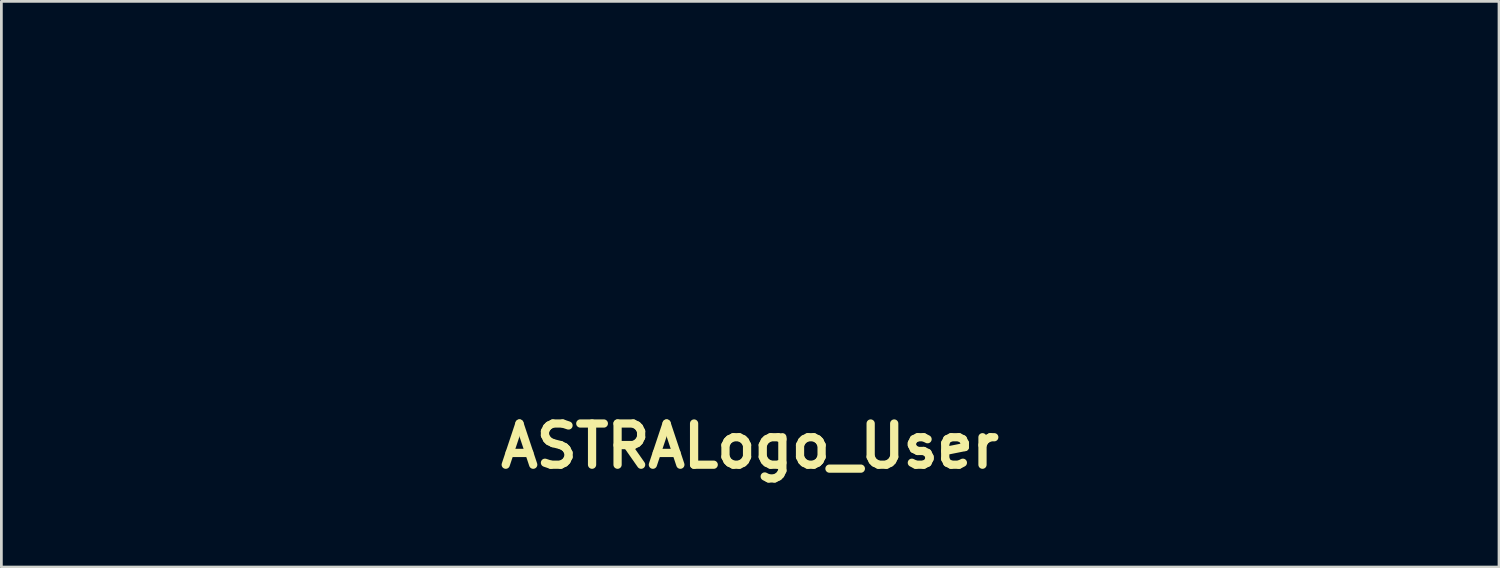
<source format=kicad_pcb>
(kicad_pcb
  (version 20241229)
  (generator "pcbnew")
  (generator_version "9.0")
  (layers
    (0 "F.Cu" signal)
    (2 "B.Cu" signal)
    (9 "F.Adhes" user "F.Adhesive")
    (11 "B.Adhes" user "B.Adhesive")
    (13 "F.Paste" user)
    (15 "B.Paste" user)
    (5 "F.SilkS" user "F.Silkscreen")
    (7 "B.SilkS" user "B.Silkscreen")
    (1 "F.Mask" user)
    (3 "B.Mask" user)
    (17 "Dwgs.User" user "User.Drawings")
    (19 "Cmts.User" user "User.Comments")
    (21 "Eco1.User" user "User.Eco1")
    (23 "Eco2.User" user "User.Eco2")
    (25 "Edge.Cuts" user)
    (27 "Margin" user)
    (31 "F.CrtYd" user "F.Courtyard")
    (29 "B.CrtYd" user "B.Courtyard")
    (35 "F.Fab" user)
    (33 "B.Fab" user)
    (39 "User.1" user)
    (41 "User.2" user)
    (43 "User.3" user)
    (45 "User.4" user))
  (footprint "ASTRALogo_User"
    (layer "F.Cu")
    (at 24.255 5.57)
    (property "Reference" "ASTRALogo_User" (at 0 7.62 0) (layer "F.SilkS") (effects (font (size 1.5 1.5) (thickness 0.3))))
    (attr board_only exclude_from_pos_files exclude_from_bom)
    (fp_poly (pts (xy 9.487 -3.22) (xy 9.487 -2.64) (xy 8.287 -2.64) (xy 7.086 -2.64) (xy 7.081 0.575) (xy 7.076 3.79) (xy 6.41 3.795) (xy 5.745 3.801) (xy 5.745 0.58) (xy 5.745 -2.64) (xy 4.544 -2.64) (xy 3.343 -2.64) (xy 3.343 -3.22) (xy 3.343 -3.8) (xy 6.415 -3.8) (xy 9.487 -3.8)) (stroke (width 0.1) (type solid)) (fill no) (layer "Eco1.User"))
    (fp_poly (pts (xy -13.161 0.839) (xy -13.154 0.862) (xy -13.157 0.908) (xy -13.169 0.98) (xy -13.19 1.086) (xy -13.199 1.131) (xy -13.306 1.57) (xy -13.45 1.997) (xy -13.629 2.41) (xy -13.841 2.808) (xy -14.085 3.187) (xy -14.358 3.547) (xy -14.659 3.884) (xy -14.986 4.196) (xy -15.337 4.482) (xy -15.709 4.738) (xy -16.102 4.964) (xy -16.514 5.157) (xy -16.783 5.261) (xy -16.915 5.305) (xy -17.06 5.35) (xy -17.211 5.393) (xy -17.36 5.432) (xy -17.501 5.467) (xy -17.626 5.494) (xy -17.729 5.512) (xy -17.801 5.52) (xy -17.807 5.52) (xy -17.851 5.52) (xy -17.81 5.375) (xy -17.687 4.992) (xy -17.532 4.604) (xy -17.352 4.219) (xy -17.151 3.849) (xy -16.935 3.504) (xy -16.862 3.4) (xy -16.542 2.986) (xy -16.197 2.602) (xy -15.826 2.249) (xy -15.432 1.928) (xy -15.014 1.639) (xy -14.574 1.382) (xy -14.113 1.16) (xy -13.631 0.971) (xy -13.255 0.852) (xy -13.211 0.839) (xy -13.18 0.833)) (stroke (width 0.1) (type solid)) (fill no) (layer "Eco1.User"))
    (fp_poly (pts (xy -24.176 0.826) (xy -24.12 0.842) (xy -24.043 0.865) (xy -23.953 0.893) (xy -23.859 0.923) (xy -23.769 0.952) (xy -23.691 0.979) (xy -23.669 0.986) (xy -23.208 1.169) (xy -22.761 1.388) (xy -22.332 1.641) (xy -21.922 1.926) (xy -21.534 2.241) (xy -21.17 2.585) (xy -20.833 2.954) (xy -20.525 3.348) (xy -20.247 3.763) (xy -20.123 3.975) (xy -19.894 4.425) (xy -19.696 4.898) (xy -19.563 5.288) (xy -19.536 5.375) (xy -19.514 5.446) (xy -19.5 5.495) (xy -19.495 5.513) (xy -19.515 5.518) (xy -19.571 5.515) (xy -19.664 5.502) (xy -19.743 5.488) (xy -20.179 5.389) (xy -20.604 5.253) (xy -21.016 5.082) (xy -21.413 4.878) (xy -21.793 4.643) (xy -22.153 4.378) (xy -22.492 4.086) (xy -22.808 3.768) (xy -23.097 3.427) (xy -23.359 3.064) (xy -23.592 2.681) (xy -23.792 2.281) (xy -23.958 1.865) (xy -24.077 1.478) (xy -24.103 1.376) (xy -24.128 1.265) (xy -24.152 1.154) (xy -24.173 1.049) (xy -24.189 0.956) (xy -24.2 0.883) (xy -24.205 0.835) (xy -24.202 0.82)) (stroke (width 0.1) (type solid)) (fill no) (layer "Eco1.User"))
    (fp_poly (pts (xy -17.807 -5.52) (xy -17.759 -5.515) (xy -17.68 -5.501) (xy -17.579 -5.481) (xy -17.464 -5.456) (xy -17.342 -5.428) (xy -17.223 -5.398) (xy -17.115 -5.369) (xy -17.083 -5.36) (xy -16.646 -5.212) (xy -16.225 -5.029) (xy -15.823 -4.812) (xy -15.441 -4.564) (xy -15.082 -4.285) (xy -14.746 -3.979) (xy -14.435 -3.646) (xy -14.153 -3.288) (xy -13.899 -2.907) (xy -13.676 -2.506) (xy -13.487 -2.085) (xy -13.332 -1.646) (xy -13.323 -1.619) (xy -13.295 -1.519) (xy -13.264 -1.404) (xy -13.234 -1.282) (xy -13.206 -1.162) (xy -13.182 -1.051) (xy -13.164 -0.957) (xy -13.153 -0.888) (xy -13.15 -0.86) (xy -13.153 -0.832) (xy -13.169 -0.824) (xy -13.209 -0.832) (xy -13.22 -0.834) (xy -13.292 -0.854) (xy -13.392 -0.885) (xy -13.51 -0.924) (xy -13.637 -0.968) (xy -13.764 -1.013) (xy -13.881 -1.056) (xy -13.943 -1.081) (xy -14.395 -1.281) (xy -14.829 -1.517) (xy -15.246 -1.785) (xy -15.641 -2.085) (xy -16.013 -2.413) (xy -16.36 -2.767) (xy -16.679 -3.146) (xy -16.968 -3.547) (xy -17.226 -3.968) (xy -17.449 -4.407) (xy -17.493 -4.506) (xy -17.579 -4.712) (xy -17.662 -4.929) (xy -17.737 -5.141) (xy -17.799 -5.335) (xy -17.81 -5.375) (xy -17.851 -5.52)) (stroke (width 0.1) (type solid)) (fill no) (layer "Eco1.User"))
    (fp_poly (pts (xy -19.507 -5.516) (xy -19.499 -5.503) (xy -19.503 -5.487) (xy -19.514 -5.451) (xy -19.533 -5.389) (xy -19.557 -5.312) (xy -19.564 -5.29) (xy -19.73 -4.809) (xy -19.932 -4.345) (xy -20.168 -3.901) (xy -20.436 -3.478) (xy -20.583 -3.273) (xy -20.913 -2.867) (xy -21.268 -2.491) (xy -21.647 -2.147) (xy -22.051 -1.834) (xy -22.477 -1.554) (xy -22.925 -1.307) (xy -23.383 -1.099) (xy -23.46 -1.069) (xy -23.556 -1.033) (xy -23.665 -0.993) (xy -23.779 -0.953) (xy -23.891 -0.914) (xy -23.996 -0.879) (xy -24.085 -0.85) (xy -24.152 -0.83) (xy -24.19 -0.82) (xy -24.194 -0.82) (xy -24.197 -0.838) (xy -24.196 -0.885) (xy -24.191 -0.939) (xy -24.176 -1.036) (xy -24.15 -1.161) (xy -24.117 -1.305) (xy -24.078 -1.457) (xy -24.035 -1.609) (xy -23.992 -1.75) (xy -23.986 -1.77) (xy -23.826 -2.193) (xy -23.63 -2.601) (xy -23.401 -2.992) (xy -23.14 -3.364) (xy -22.85 -3.715) (xy -22.533 -4.042) (xy -22.191 -4.343) (xy -21.826 -4.616) (xy -21.44 -4.859) (xy -21.037 -5.069) (xy -20.617 -5.244) (xy -20.61 -5.246) (xy -20.493 -5.286) (xy -20.353 -5.329) (xy -20.2 -5.373) (xy -20.044 -5.414) (xy -19.893 -5.452) (xy -19.756 -5.482) (xy -19.644 -5.504) (xy -19.598 -5.511) (xy -19.537 -5.517)) (stroke (width 0.1) (type solid)) (fill no) (layer "Eco1.User"))
    (fp_poly (pts (xy -18.663 -4.121) (xy -18.638 -4.074) (xy -18.601 -4.002) (xy -18.556 -3.911) (xy -18.515 -3.825) (xy -18.257 -3.332) (xy -17.969 -2.865) (xy -17.649 -2.42) (xy -17.296 -1.997) (xy -16.994 -1.679) (xy -16.685 -1.384) (xy -16.374 -1.119) (xy -16.048 -0.872) (xy -15.812 -0.71) (xy -15.657 -0.609) (xy -15.52 -0.522) (xy -15.392 -0.445) (xy -15.262 -0.372) (xy -15.12 -0.296) (xy -14.958 -0.214) (xy -14.849 -0.159) (xy -14.528 -0.000236) (xy -14.755 0.107) (xy -15.023 0.241) (xy -15.306 0.397) (xy -15.591 0.568) (xy -15.869 0.748) (xy -16.129 0.929) (xy -16.333 1.085) (xy -16.759 1.449) (xy -17.153 1.839) (xy -17.517 2.254) (xy -17.85 2.694) (xy -18.153 3.161) (xy -18.426 3.654) (xy -18.481 3.764) (xy -18.536 3.876) (xy -18.586 3.974) (xy -18.627 4.054) (xy -18.657 4.11) (xy -18.673 4.137) (xy -18.675 4.138) (xy -18.686 4.121) (xy -18.712 4.074) (xy -18.748 4.004) (xy -18.791 3.915) (xy -18.815 3.866) (xy -19.075 3.365) (xy -19.368 2.888) (xy -19.691 2.436) (xy -20.044 2.009) (xy -20.426 1.61) (xy -20.835 1.239) (xy -21.271 0.896) (xy -21.733 0.584) (xy -22.219 0.303) (xy -22.563 0.13) (xy -22.654 0.086) (xy -22.731 0.047) (xy -22.787 0.018) (xy -22.815 0.000396) (xy -22.817 -0.002) (xy -22.801 -0.015) (xy -22.755 -0.04) (xy -22.69 -0.071) (xy -22.653 -0.088) (xy -22.516 -0.153) (xy -22.355 -0.235) (xy -22.181 -0.329) (xy -22.002 -0.43) (xy -21.83 -0.531) (xy -21.688 -0.618) (xy -21.363 -0.836) (xy -21.059 -1.062) (xy -20.767 -1.304) (xy -20.478 -1.571) (xy -20.276 -1.772) (xy -19.926 -2.154) (xy -19.609 -2.551) (xy -19.319 -2.968) (xy -19.055 -3.411) (xy -18.849 -3.804) (xy -18.797 -3.91) (xy -18.75 -4.001) (xy -18.713 -4.074) (xy -18.686 -4.121) (xy -18.675 -4.139) (xy -18.675 -4.139)) (stroke (width 0.1) (type solid)) (fill no) (layer "Eco1.User"))
    (fp_poly (pts (xy 21.33 -3.725) (xy 21.344 -3.69) (xy 21.371 -3.621) (xy 21.411 -3.52) (xy 21.462 -3.389) (xy 21.523 -3.23) (xy 21.595 -3.046) (xy 21.675 -2.838) (xy 21.764 -2.608) (xy 21.86 -2.36) (xy 21.962 -2.094) (xy 22.07 -1.814) (xy 22.183 -1.521) (xy 22.3 -1.217) (xy 22.42 -0.905) (xy 22.543 -0.587) (xy 22.667 -0.264) (xy 22.792 0.06) (xy 22.917 0.384) (xy 23.041 0.706) (xy 23.163 1.023) (xy 23.282 1.333) (xy 23.398 1.635) (xy 23.51 1.926) (xy 23.616 2.203) (xy 23.717 2.465) (xy 23.811 2.71) (xy 23.897 2.935) (xy 23.975 3.138) (xy 24.043 3.317) (xy 24.102 3.471) (xy 24.15 3.596) (xy 24.186 3.69) (xy 24.209 3.752) (xy 24.219 3.779) (xy 24.219 3.78) (xy 24.2 3.786) (xy 24.146 3.79) (xy 24.064 3.794) (xy 23.958 3.797) (xy 23.833 3.799) (xy 23.697 3.8) (xy 23.553 3.801) (xy 23.408 3.8) (xy 23.267 3.799) (xy 23.135 3.797) (xy 23.018 3.795) (xy 22.922 3.791) (xy 22.852 3.787) (xy 22.813 3.782) (xy 22.808 3.779) (xy 22.799 3.758) (xy 22.779 3.703) (xy 22.748 3.619) (xy 22.709 3.511) (xy 22.662 3.382) (xy 22.61 3.236) (xy 22.554 3.079) (xy 22.495 2.915) (xy 22.435 2.747) (xy 22.376 2.58) (xy 22.318 2.418) (xy 22.264 2.266) (xy 22.215 2.127) (xy 22.173 2.006) (xy 22.138 1.908) (xy 22.113 1.836) (xy 22.1 1.796) (xy 22.097 1.788) (xy 22.078 1.787) (xy 22.021 1.785) (xy 21.931 1.784) (xy 21.81 1.783) (xy 21.661 1.782) (xy 21.488 1.782) (xy 21.293 1.781) (xy 21.079 1.78) (xy 20.85 1.78) (xy 20.609 1.78) (xy 20.581 1.78) (xy 19.064 1.78) (xy 18.706 2.79) (xy 18.348 3.8) (xy 17.671 3.8) (xy 17.48 3.8) (xy 17.326 3.799) (xy 17.206 3.797) (xy 17.116 3.794) (xy 17.053 3.79) (xy 17.014 3.785) (xy 16.996 3.779) (xy 16.994 3.775) (xy 17.001 3.754) (xy 17.022 3.698) (xy 17.055 3.607) (xy 17.102 3.485) (xy 17.159 3.333) (xy 17.228 3.152) (xy 17.307 2.944) (xy 17.396 2.712) (xy 17.494 2.456) (xy 17.6 2.179) (xy 17.713 1.882) (xy 17.833 1.568) (xy 17.96 1.237) (xy 18.092 0.893) (xy 18.145 0.755) (xy 19.437 0.755) (xy 19.444 0.76) (xy 19.469 0.765) (xy 19.513 0.769) (xy 19.58 0.772) (xy 19.671 0.775) (xy 19.79 0.777) (xy 19.939 0.778) (xy 20.12 0.779) (xy 20.336 0.78) (xy 20.588 0.78) (xy 20.841 0.78) (xy 21.056 0.779) (xy 21.237 0.778) (xy 21.384 0.777) (xy 21.502 0.775) (xy 21.593 0.772) (xy 21.659 0.769) (xy 21.702 0.765) (xy 21.726 0.761) (xy 21.733 0.755) (xy 21.733 0.755) (xy 21.677 0.59) (xy 21.614 0.408) (xy 21.546 0.21) (xy 21.473 -0.001) (xy 21.397 -0.22) (xy 21.318 -0.444) (xy 21.238 -0.672) (xy 21.158 -0.899) (xy 21.079 -1.122) (xy 21.002 -1.339) (xy 20.928 -1.546) (xy 20.859 -1.74) (xy 20.795 -1.918) (xy 20.737 -2.077) (xy 20.687 -2.213) (xy 20.646 -2.324) (xy 20.615 -2.407) (xy 20.595 -2.458) (xy 20.587 -2.474) (xy 20.578 -2.454) (xy 20.557 -2.401) (xy 20.525 -2.316) (xy 20.483 -2.204) (xy 20.433 -2.067) (xy 20.376 -1.909) (xy 20.312 -1.734) (xy 20.244 -1.544) (xy 20.172 -1.343) (xy 20.097 -1.135) (xy 20.021 -0.922) (xy 19.945 -0.708) (xy 19.87 -0.497) (xy 19.797 -0.291) (xy 19.728 -0.094) (xy 19.663 0.09) (xy 19.604 0.259) (xy 19.552 0.408) (xy 19.508 0.535) (xy 19.474 0.637) (xy 19.45 0.709) (xy 19.438 0.749) (xy 19.437 0.755) (xy 18.145 0.755) (xy 18.229 0.535) (xy 18.371 0.167) (xy 18.443 -0.02) (xy 19.891 -3.79) (xy 20.595 -3.795) (xy 21.299 -3.801)) (stroke (width 0.1) (type solid)) (fill no) (layer "Eco1.User"))
    (fp_poly (pts (xy -7.178 -3.8) (xy -6.475 -3.8) (xy -5.024 -0.037) (xy -4.88 0.335) (xy -4.741 0.698) (xy -4.605 1.049) (xy -4.475 1.387) (xy -4.351 1.71) (xy -4.233 2.016) (xy -4.123 2.303) (xy -4.021 2.57) (xy -3.927 2.815) (xy -3.842 3.036) (xy -3.768 3.231) (xy -3.704 3.398) (xy -3.651 3.536) (xy -3.611 3.643) (xy -3.583 3.717) (xy -3.568 3.757) (xy -3.566 3.763) (xy -3.566 3.773) (xy -3.571 3.781) (xy -3.586 3.787) (xy -3.614 3.792) (xy -3.66 3.795) (xy -3.726 3.797) (xy -3.817 3.797) (xy -3.937 3.797) (xy -4.09 3.797) (xy -4.267 3.795) (xy -4.973 3.79) (xy -5.279 2.93) (xy -5.343 2.748) (xy -5.406 2.572) (xy -5.464 2.407) (xy -5.517 2.259) (xy -5.563 2.131) (xy -5.599 2.028) (xy -5.625 1.956) (xy -5.636 1.925) (xy -5.689 1.78) (xy -7.197 1.78) (xy -7.494 1.78) (xy -7.763 1.781) (xy -8.001 1.782) (xy -8.208 1.784) (xy -8.381 1.786) (xy -8.52 1.789) (xy -8.623 1.792) (xy -8.689 1.795) (xy -8.716 1.799) (xy -8.716 1.799) (xy -8.725 1.82) (xy -8.745 1.875) (xy -8.775 1.958) (xy -8.814 2.067) (xy -8.86 2.195) (xy -8.912 2.34) (xy -8.969 2.497) (xy -9.027 2.662) (xy -9.087 2.83) (xy -9.147 2.997) (xy -9.204 3.159) (xy -9.259 3.312) (xy -9.308 3.451) (xy -9.351 3.572) (xy -9.385 3.671) (xy -9.411 3.743) (xy -9.425 3.785) (xy -9.427 3.794) (xy -9.447 3.795) (xy -9.501 3.797) (xy -9.587 3.798) (xy -9.699 3.799) (xy -9.832 3.799) (xy -9.983 3.8) (xy -10.108 3.8) (xy -10.306 3.799) (xy -10.473 3.798) (xy -10.606 3.795) (xy -10.704 3.791) (xy -10.765 3.787) (xy -10.788 3.781) (xy -10.788 3.78) (xy -10.781 3.761) (xy -10.761 3.706) (xy -10.728 3.618) (xy -10.683 3.499) (xy -10.626 3.352) (xy -10.56 3.178) (xy -10.484 2.979) (xy -10.4 2.759) (xy -10.308 2.518) (xy -10.209 2.259) (xy -10.104 1.984) (xy -9.994 1.696) (xy -9.879 1.397) (xy -9.761 1.088) (xy -9.64 0.772) (xy -9.637 0.765) (xy -8.347 0.765) (xy -8.327 0.768) (xy -8.271 0.77) (xy -8.182 0.773) (xy -8.064 0.775) (xy -7.92 0.777) (xy -7.753 0.778) (xy -7.568 0.779) (xy -7.367 0.78) (xy -7.196 0.78) (xy -6.985 0.78) (xy -6.787 0.779) (xy -6.605 0.778) (xy -6.442 0.776) (xy -6.303 0.775) (xy -6.19 0.773) (xy -6.107 0.77) (xy -6.058 0.768) (xy -6.045 0.766) (xy -6.051 0.741) (xy -6.07 0.682) (xy -6.1 0.593) (xy -6.139 0.477) (xy -6.187 0.337) (xy -6.243 0.176) (xy -6.305 -0.001) (xy -6.372 -0.193) (xy -6.443 -0.395) (xy -6.517 -0.604) (xy -6.592 -0.817) (xy -6.668 -1.031) (xy -6.743 -1.242) (xy -6.816 -1.447) (xy -6.886 -1.643) (xy -6.951 -1.825) (xy -7.012 -1.992) (xy -7.065 -2.14) (xy -7.111 -2.264) (xy -7.148 -2.363) (xy -7.174 -2.433) (xy -7.189 -2.469) (xy -7.192 -2.474) (xy -7.201 -2.455) (xy -7.222 -2.402) (xy -7.254 -2.317) (xy -7.295 -2.205) (xy -7.345 -2.068) (xy -7.402 -1.911) (xy -7.466 -1.735) (xy -7.534 -1.545) (xy -7.606 -1.344) (xy -7.681 -1.136) (xy -7.757 -0.923) (xy -7.833 -0.708) (xy -7.908 -0.497) (xy -7.981 -0.29) (xy -8.051 -0.093) (xy -8.116 0.092) (xy -8.175 0.261) (xy -8.228 0.412) (xy -8.272 0.54) (xy -8.307 0.643) (xy -8.332 0.716) (xy -8.345 0.757) (xy -8.347 0.765) (xy -9.637 0.765) (xy -9.517 0.45) (xy -9.392 0.126) (xy -9.268 -0.198) (xy -9.144 -0.521) (xy -9.021 -0.841) (xy -8.901 -1.155) (xy -8.784 -1.461) (xy -8.67 -1.757) (xy -8.561 -2.04) (xy -8.458 -2.309) (xy -8.361 -2.562) (xy -8.271 -2.796) (xy -8.189 -3.009) (xy -8.116 -3.199) (xy -8.052 -3.364) (xy -7.999 -3.502) (xy -7.957 -3.61) (xy -7.927 -3.686) (xy -7.912 -3.725) (xy -7.882 -3.8)) (stroke (width 0.1) (type solid)) (fill no) (layer "Eco1.User"))
    (fp_poly (pts (xy 12.733 -3.79) (xy 13.038 -3.79) (xy 13.309 -3.789) (xy 13.548 -3.789) (xy 13.757 -3.788) (xy 13.94 -3.786) (xy 14.099 -3.783) (xy 14.236 -3.78) (xy 14.355 -3.776) (xy 14.457 -3.771) (xy 14.547 -3.764) (xy 14.625 -3.757) (xy 14.695 -3.747) (xy 14.76 -3.737) (xy 14.823 -3.725) (xy 14.885 -3.711) (xy 14.95 -3.695) (xy 15.02 -3.678) (xy 15.02 -3.677) (xy 15.303 -3.588) (xy 15.557 -3.47) (xy 15.784 -3.324) (xy 15.981 -3.152) (xy 16.148 -2.956) (xy 16.285 -2.735) (xy 16.39 -2.492) (xy 16.463 -2.228) (xy 16.503 -1.944) (xy 16.508 -1.641) (xy 16.495 -1.445) (xy 16.449 -1.159) (xy 16.37 -0.897) (xy 16.259 -0.656) (xy 16.115 -0.437) (xy 15.937 -0.237) (xy 15.91 -0.211) (xy 15.82 -0.131) (xy 15.735 -0.067) (xy 15.642 -0.01) (xy 15.525 0.051) (xy 15.525 0.051) (xy 15.438 0.093) (xy 15.362 0.127) (xy 15.306 0.151) (xy 15.278 0.16) (xy 15.278 0.16) (xy 15.254 0.169) (xy 15.252 0.175) (xy 15.27 0.187) (xy 15.317 0.203) (xy 15.384 0.222) (xy 15.392 0.224) (xy 15.599 0.293) (xy 15.784 0.395) (xy 15.945 0.53) (xy 16.081 0.695) (xy 16.178 0.862) (xy 16.224 0.957) (xy 16.261 1.043) (xy 16.292 1.127) (xy 16.317 1.213) (xy 16.336 1.306) (xy 16.352 1.413) (xy 16.365 1.539) (xy 16.375 1.689) (xy 16.384 1.868) (xy 16.393 2.075) (xy 16.412 2.413) (xy 16.44 2.713) (xy 16.478 2.978) (xy 16.526 3.209) (xy 16.585 3.407) (xy 16.655 3.573) (xy 16.716 3.681) (xy 16.792 3.8) (xy 16.083 3.8) (xy 15.373 3.8) (xy 15.321 3.698) (xy 15.287 3.625) (xy 15.259 3.552) (xy 15.236 3.473) (xy 15.218 3.383) (xy 15.203 3.276) (xy 15.192 3.148) (xy 15.183 2.993) (xy 15.175 2.806) (xy 15.172 2.71) (xy 15.162 2.446) (xy 15.149 2.217) (xy 15.133 2.022) (xy 15.113 1.855) (xy 15.09 1.712) (xy 15.063 1.591) (xy 15.049 1.544) (xy 14.968 1.335) (xy 14.864 1.155) (xy 14.736 1.004) (xy 14.588 0.886) (xy 14.488 0.83) (xy 14.415 0.797) (xy 14.343 0.769) (xy 14.269 0.745) (xy 14.189 0.725) (xy 14.099 0.708) (xy 13.997 0.694) (xy 13.878 0.683) (xy 13.74 0.675) (xy 13.578 0.669) (xy 13.39 0.665) (xy 13.172 0.662) (xy 12.921 0.661) (xy 12.665 0.66) (xy 11.709 0.66) (xy 11.704 2.225) (xy 11.699 3.79) (xy 11.043 3.795) (xy 10.856 3.796) (xy 10.705 3.797) (xy 10.587 3.796) (xy 10.499 3.794) (xy 10.437 3.79) (xy 10.399 3.785) (xy 10.38 3.779) (xy 10.378 3.775) (xy 10.377 3.753) (xy 10.376 3.693) (xy 10.375 3.596) (xy 10.374 3.466) (xy 10.374 3.303) (xy 10.373 3.11) (xy 10.373 2.889) (xy 10.372 2.642) (xy 10.372 2.371) (xy 10.372 2.077) (xy 10.372 1.763) (xy 10.372 1.431) (xy 10.372 1.082) (xy 10.372 0.719) (xy 10.373 0.343) (xy 10.373 -0.02) (xy 10.377 -2.7) (xy 11.709 -2.7) (xy 11.709 -1.519) (xy 11.709 -0.338) (xy 12.965 -0.345) (xy 13.221 -0.346) (xy 13.44 -0.348) (xy 13.626 -0.349) (xy 13.781 -0.351) (xy 13.91 -0.353) (xy 14.015 -0.355) (xy 14.1 -0.358) (xy 14.168 -0.361) (xy 14.222 -0.365) (xy 14.266 -0.371) (xy 14.302 -0.377) (xy 14.335 -0.384) (xy 14.368 -0.393) (xy 14.378 -0.395) (xy 14.58 -0.468) (xy 14.751 -0.564) (xy 14.891 -0.685) (xy 15.003 -0.833) (xy 15.088 -1.01) (xy 15.132 -1.152) (xy 15.155 -1.273) (xy 15.168 -1.419) (xy 15.172 -1.577) (xy 15.167 -1.732) (xy 15.152 -1.872) (xy 15.143 -1.925) (xy 15.084 -2.109) (xy 14.993 -2.274) (xy 14.871 -2.414) (xy 14.722 -2.527) (xy 14.647 -2.568) (xy 14.594 -2.594) (xy 14.543 -2.615) (xy 14.49 -2.634) (xy 14.433 -2.65) (xy 14.369 -2.663) (xy 14.293 -2.673) (xy 14.203 -2.681) (xy 14.095 -2.688) (xy 13.967 -2.693) (xy 13.814 -2.696) (xy 13.634 -2.698) (xy 13.424 -2.699) (xy 13.18 -2.7) (xy 12.928 -2.7) (xy 11.709 -2.7) (xy 10.377 -2.7) (xy 10.378 -3.79) (xy 12.39 -3.79)) (stroke (width 0.1) (type solid)) (fill no) (layer "Eco1.User"))
    (fp_poly (pts (xy 0.081 -3.961) (xy 0.09 -3.96) (xy 0.468 -3.912) (xy 0.819 -3.836) (xy 1.143 -3.732) (xy 1.439 -3.6) (xy 1.706 -3.441) (xy 1.944 -3.255) (xy 2.153 -3.043) (xy 2.333 -2.804) (xy 2.483 -2.539) (xy 2.541 -2.41) (xy 2.583 -2.29) (xy 2.622 -2.143) (xy 2.655 -1.982) (xy 2.679 -1.819) (xy 2.69 -1.715) (xy 2.702 -1.56) (xy 2.034 -1.56) (xy 1.366 -1.56) (xy 1.353 -1.678) (xy 1.309 -1.913) (xy 1.235 -2.124) (xy 1.129 -2.309) (xy 0.994 -2.468) (xy 0.829 -2.601) (xy 0.677 -2.688) (xy 0.537 -2.751) (xy 0.408 -2.798) (xy 0.279 -2.831) (xy 0.139 -2.854) (xy -0.023 -2.868) (xy -0.154 -2.874) (xy -0.298 -2.878) (xy -0.413 -2.877) (xy -0.51 -2.872) (xy -0.601 -2.862) (xy -0.674 -2.85) (xy -0.913 -2.794) (xy -1.119 -2.716) (xy -1.294 -2.615) (xy -1.439 -2.49) (xy -1.449 -2.48) (xy -1.543 -2.362) (xy -1.607 -2.239) (xy -1.643 -2.099) (xy -1.657 -1.971) (xy -1.655 -1.777) (xy -1.625 -1.607) (xy -1.565 -1.459) (xy -1.474 -1.327) (xy -1.348 -1.21) (xy -1.186 -1.104) (xy -1.085 -1.051) (xy -1.046 -1.032) (xy -1.005 -1.014) (xy -0.96 -0.995) (xy -0.909 -0.976) (xy -0.85 -0.955) (xy -0.779 -0.933) (xy -0.694 -0.907) (xy -0.592 -0.877) (xy -0.472 -0.843) (xy -0.33 -0.804) (xy -0.164 -0.76) (xy 0.028 -0.708) (xy 0.25 -0.65) (xy 0.503 -0.583) (xy 0.79 -0.507) (xy 1.051 -0.439) (xy 1.222 -0.394) (xy 1.361 -0.355) (xy 1.474 -0.321) (xy 1.568 -0.29) (xy 1.649 -0.26) (xy 1.724 -0.227) (xy 1.799 -0.191) (xy 1.807 -0.187) (xy 2.037 -0.05) (xy 2.247 0.12) (xy 2.434 0.316) (xy 2.594 0.534) (xy 2.722 0.769) (xy 2.809 1) (xy 2.851 1.152) (xy 2.879 1.287) (xy 2.895 1.42) (xy 2.9 1.565) (xy 2.896 1.729) (xy 2.869 2.021) (xy 2.81 2.29) (xy 2.718 2.539) (xy 2.591 2.771) (xy 2.428 2.991) (xy 2.237 3.193) (xy 2.02 3.374) (xy 1.778 3.531) (xy 1.509 3.664) (xy 1.21 3.773) (xy 0.881 3.861) (xy 0.52 3.926) (xy 0.491 3.93) (xy 0.386 3.942) (xy 0.256 3.953) (xy 0.112 3.961) (xy -0.035 3.968) (xy -0.175 3.971) (xy -0.296 3.972) (xy -0.389 3.968) (xy -0.39 3.968) (xy -0.786 3.925) (xy -1.151 3.857) (xy -1.486 3.764) (xy -1.792 3.646) (xy -2.07 3.502) (xy -2.321 3.332) (xy -2.545 3.136) (xy -2.547 3.134) (xy -2.746 2.911) (xy -2.912 2.671) (xy -3.046 2.411) (xy -3.15 2.129) (xy -3.225 1.823) (xy -3.27 1.49) (xy -3.275 1.435) (xy -3.288 1.26) (xy -2.627 1.26) (xy -1.966 1.26) (xy -1.954 1.305) (xy -1.947 1.352) (xy -1.942 1.418) (xy -1.942 1.45) (xy -1.937 1.518) (xy -1.923 1.607) (xy -1.905 1.701) (xy -1.901 1.718) (xy -1.827 1.948) (xy -1.72 2.154) (xy -1.583 2.336) (xy -1.415 2.494) (xy -1.217 2.626) (xy -0.991 2.731) (xy -0.737 2.809) (xy -0.577 2.842) (xy -0.48 2.858) (xy -0.393 2.868) (xy -0.306 2.875) (xy -0.209 2.878) (xy -0.093 2.878) (xy 0.054 2.875) (xy 0.06 2.875) (xy 0.242 2.868) (xy 0.393 2.858) (xy 0.521 2.841) (xy 0.634 2.816) (xy 0.743 2.782) (xy 0.855 2.737) (xy 0.958 2.688) (xy 1.147 2.576) (xy 1.303 2.442) (xy 1.425 2.288) (xy 1.511 2.114) (xy 1.563 1.923) (xy 1.578 1.716) (xy 1.561 1.52) (xy 1.514 1.35) (xy 1.432 1.191) (xy 1.319 1.05) (xy 1.179 0.931) (xy 1.064 0.862) (xy 0.974 0.822) (xy 0.851 0.776) (xy 0.704 0.726) (xy 0.538 0.674) (xy 0.362 0.623) (xy 0.181 0.575) (xy 0.16 0.57) (xy 0.012 0.532) (xy -0.153 0.49) (xy -0.33 0.443) (xy -0.513 0.395) (xy -0.699 0.345) (xy -0.881 0.296) (xy -1.055 0.248) (xy -1.216 0.204) (xy -1.357 0.165) (xy -1.475 0.131) (xy -1.564 0.105) (xy -1.615 0.089) (xy -1.894 -0.024) (xy -2.145 -0.163) (xy -2.365 -0.325) (xy -2.554 -0.51) (xy -2.71 -0.718) (xy -2.834 -0.946) (xy -2.924 -1.194) (xy -2.953 -1.311) (xy -2.97 -1.42) (xy -2.981 -1.556) (xy -2.986 -1.706) (xy -2.986 -1.858) (xy -2.98 -2) (xy -2.968 -2.117) (xy -2.964 -2.14) (xy -2.896 -2.408) (xy -2.791 -2.66) (xy -2.651 -2.896) (xy -2.478 -3.112) (xy -2.274 -3.308) (xy -2.039 -3.482) (xy -1.776 -3.631) (xy -1.738 -3.649) (xy -1.468 -3.759) (xy -1.173 -3.848) (xy -0.861 -3.914) (xy -0.542 -3.956) (xy -0.225 -3.972)) (stroke (width 0.1) (type solid)) (fill no) (layer "Eco1.User")))
  (gr_rect
    (start -3 -3)
    (end 51.524 17.594)
    (stroke (width 0.1) (type default))
    (fill no)
    (layer "Edge.Cuts")))
</source>
